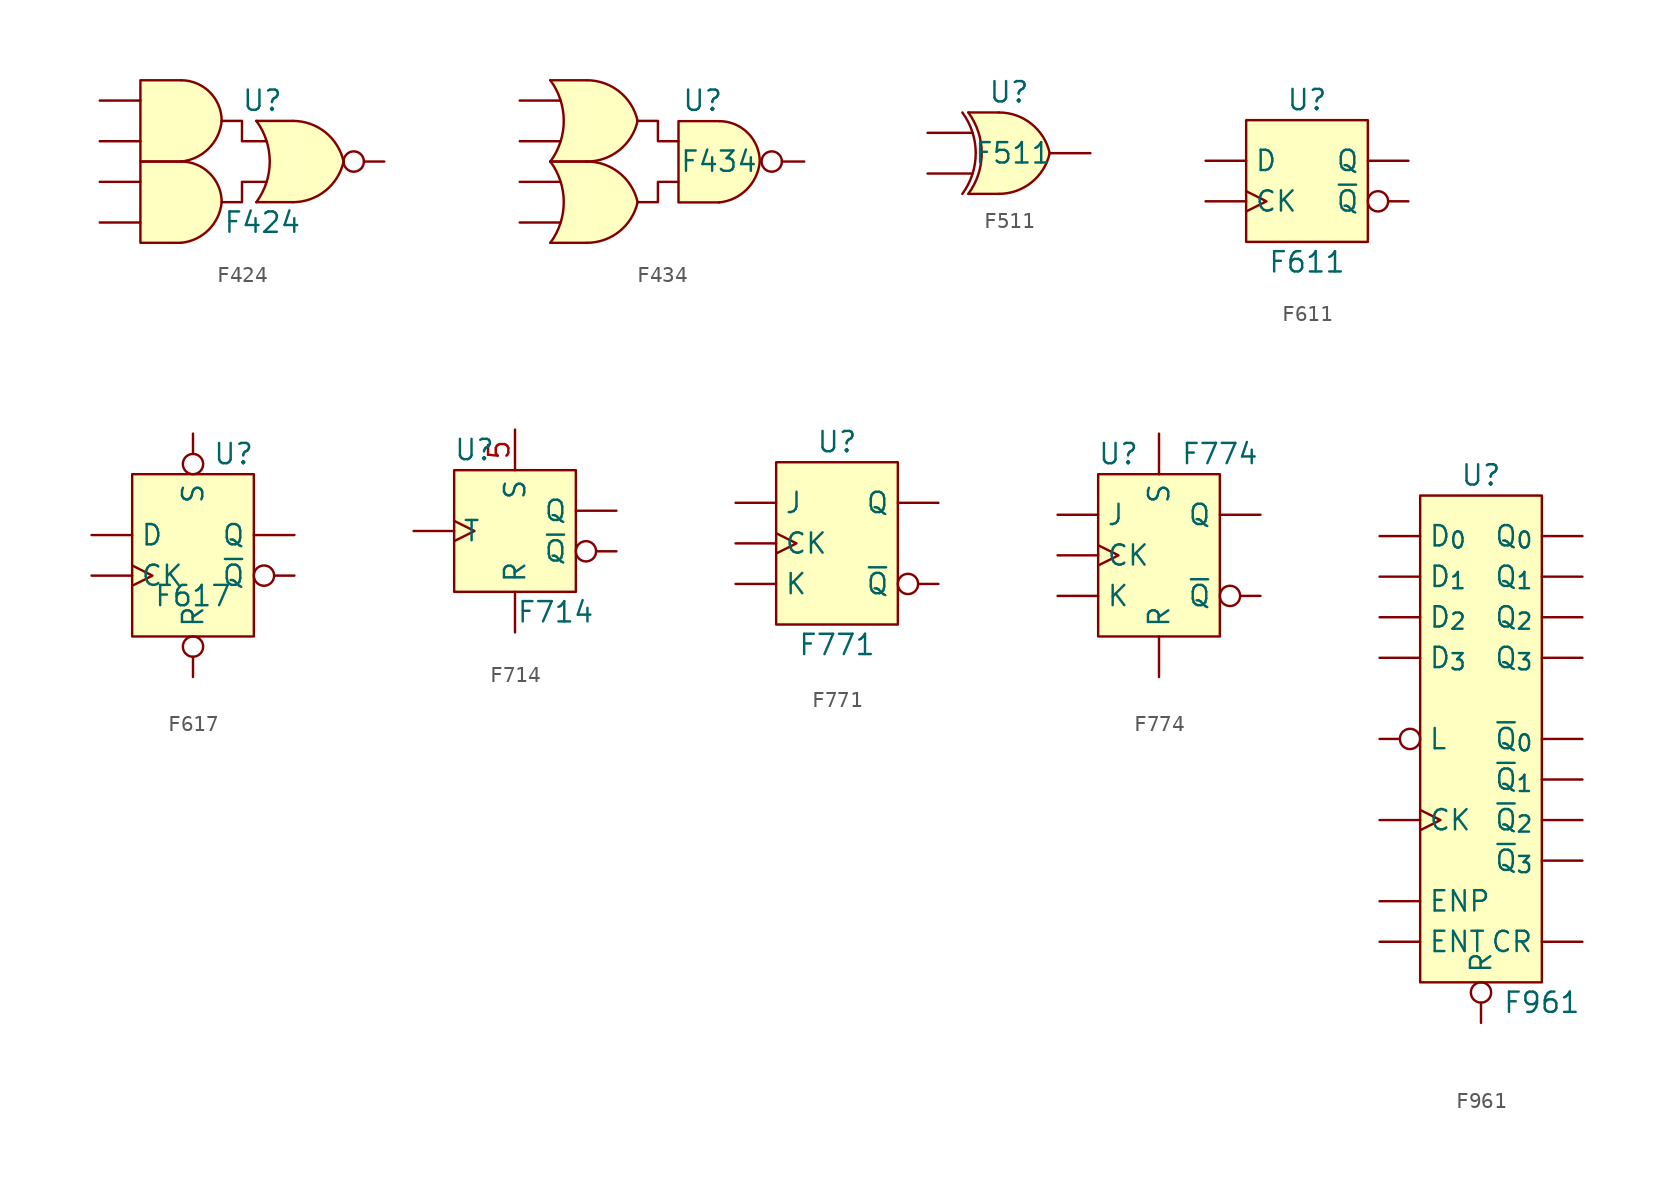
<source format=kicad_sym>
(kicad_symbol_lib
  (version 20231120)
  (generator "kicad_symbol_editor")
  (generator_version "8.0")
  (symbol "F424"
    (property "Reference" "U"
      (at 1.27 2.54 0)
      (effects (font (size 1.27 1.27))))
    (property "Value" "F424"
      (at 1.27 -5.08 0)
      (effects (font (size 1.27 1.27))))
    (symbol "F424_1_1"
      (arc (start -3.81 -6.35) (mid -2.0837 -5.5363) (end -1.27 -3.81) (stroke (width 0) (type default)) (fill (type background)))
      (arc (start -3.81 -1.27) (mid -2.0837 -0.4563) (end -1.27 1.27) (stroke (width 0) (type default)) (fill (type background)))
      (arc (start -1.27 -3.81) (mid -2.0139 -2.0139) (end -3.81 -1.27) (stroke (width 0) (type default)) (fill (type background)))
      (arc (start -1.27 1.27) (mid -2.0139 3.0661) (end -3.81 3.81) (stroke (width 0) (type default)) (fill (type background)))
      (polyline (pts (xy 3.175 -3.81) (xy 0.889 -3.81)) (stroke (width 0) (type default)) (fill (type outline)))
      (polyline (pts (xy 3.175 1.27) (xy 0.889 1.27)) (stroke (width 0) (type default)) (fill (type background)))
      (polyline (pts (xy -3.81 -1.27) (xy -6.35 -1.27) (xy -6.35 -6.35) (xy -3.81 -6.35)) (stroke (width 0) (type default)) (fill (type background)))
      (polyline (pts (xy -3.81 3.81) (xy -6.35 3.81) (xy -6.35 -1.27) (xy -3.81 -1.27)) (stroke (width 0) (type default)) (fill (type background)))
      (polyline (pts (xy -1.27 -3.81) (xy 0 -3.81) (xy 0 -2.54) (xy 1.524 -2.54)) (stroke (width 0) (type default)) (fill (type none)))
      (polyline (pts (xy -1.27 1.27) (xy 0 1.27) (xy 0 0) (xy 1.524 0)) (stroke (width 0) (type default)) (fill (type none)))
      (polyline (pts (xy 3.175 1.27) (xy 0.889 1.27) (xy 1.27 0.635) (xy 1.524 0) (xy 1.651 -0.508) (xy 1.702 -0.813) (xy 1.727 -1.092) (xy 1.727 -1.397) (xy 1.676 -1.93) (xy 1.6 -2.286) (xy 1.499 -2.642) (xy 1.372 -2.946) (xy 1.194 -3.327) (xy 1.016 -3.607) (xy 0.889 -3.81) (xy 3.175 -3.81)) (stroke (width -0.0001) (type default)) (fill (type background)))
      (arc (start 0.8973 -3.8098) (mid 1.7338 -1.2699) (end 0.8971 1.27) (stroke (width 0) (type default)) (fill (type none)))
      (arc (start 3.175 -3.81) (mid 5.2091 -3.0983) (end 6.35 -1.27) (stroke (width 0) (type default)) (fill (type background)))
      (arc (start 6.35 -1.27) (mid 5.2094 0.5586) (end 3.175 1.27) (stroke (width 0) (type default)) (fill (type background)))
      (pin input line (at -8.89 2.54 0) (length 2.54) (name "" (effects (font (size 1.27 1.27)))) (number "1" (effects (font (size 0 0)))))
      (pin input line (at -8.89 0 0) (length 2.54) (name "" (effects (font (size 1.27 1.27)))) (number "2" (effects (font (size 0 0)))))
      (pin input line (at -8.89 -2.54 0) (length 2.54) (name "" (effects (font (size 1.27 1.27)))) (number "3" (effects (font (size 0 0)))))
      (pin input line (at -8.89 -5.08 0) (length 2.54) (name "" (effects (font (size 1.27 1.27)))) (number "4" (effects (font (size 0 0)))))
      (pin output inverted (at 8.89 -1.27 180) (length 2.54) (name "" (effects (font (size 1.27 1.27)))) (number "5" (effects (font (size 0 0)))))))
  (symbol "F434"
    (property "Reference" "U"
      (at 2.54 3.81 0)
      (effects (font (size 1.27 1.27))))
    (property "Value" "F434"
      (at 3.556 0 0)
      (effects (font (size 1.27 1.27))))
    (symbol "F434_1_1"
      (arc (start -6.9767 -5.0798) (mid -6.1402 -2.5399) (end -6.9769 0) (stroke (width 0) (type default)) (fill (type none)))
      (arc (start -6.9767 0.0002) (mid -6.1402 2.5401) (end -6.9769 5.08) (stroke (width 0) (type default)) (fill (type none)))
      (arc (start -4.699 -5.08) (mid -2.6649 -4.3682) (end -1.524 -2.54) (stroke (width 0) (type default)) (fill (type background)))
      (arc (start -4.699 0) (mid -2.6649 0.7118) (end -1.524 2.54) (stroke (width 0) (type default)) (fill (type background)))
      (arc (start -1.524 -2.54) (mid -2.6646 -0.7114) (end -4.699 0) (stroke (width 0) (type default)) (fill (type background)))
      (arc (start -1.524 2.54) (mid -2.6646 4.3686) (end -4.699 5.08) (stroke (width 0) (type default)) (fill (type background)))
      (polyline (pts (xy -4.699 -5.08) (xy -6.985 -5.08)) (stroke (width 0) (type default)) (fill (type outline)))
      (polyline (pts (xy -4.699 0) (xy -6.985 0)) (stroke (width 0) (type default)) (fill (type outline)))
      (polyline (pts (xy -4.699 0) (xy -6.985 0)) (stroke (width 0) (type default)) (fill (type background)))
      (polyline (pts (xy -4.699 5.08) (xy -6.985 5.08)) (stroke (width 0) (type default)) (fill (type background)))
      (polyline (pts (xy -1.524 -2.54) (xy -0.254 -2.54) (xy -0.254 -1.27) (xy 1.016 -1.27)) (stroke (width 0) (type default)) (fill (type none)))
      (polyline (pts (xy -1.524 2.54) (xy -0.254 2.54) (xy -0.254 1.27) (xy 1.016 1.27)) (stroke (width 0) (type default)) (fill (type none)))
      (polyline (pts (xy 3.571 2.525) (xy 1.031 2.525) (xy 1.031 -2.555) (xy 3.571 -2.555)) (stroke (width 0) (type default)) (fill (type background)))
      (polyline (pts (xy -4.699 0) (xy -6.985 0) (xy -6.604 -0.635) (xy -6.35 -1.27) (xy -6.223 -1.778) (xy -6.172 -2.083) (xy -6.147 -2.362) (xy -6.147 -2.667) (xy -6.198 -3.2) (xy -6.274 -3.556) (xy -6.375 -3.912) (xy -6.502 -4.216) (xy -6.68 -4.597) (xy -6.858 -4.877) (xy -6.985 -5.08) (xy -4.699 -5.08)) (stroke (width -0.0001) (type default)) (fill (type background)))
      (polyline (pts (xy -4.699 5.08) (xy -6.985 5.08) (xy -6.604 4.445) (xy -6.35 3.81) (xy -6.223 3.302) (xy -6.172 2.997) (xy -6.147 2.718) (xy -6.147 2.413) (xy -6.198 1.88) (xy -6.274 1.524) (xy -6.375 1.168) (xy -6.502 0.864) (xy -6.68 0.483) (xy -6.858 0.203) (xy -6.985 0) (xy -4.699 0)) (stroke (width -0.0001) (type default)) (fill (type background)))
      (arc (start 3.5712 -2.5552) (mid 5.2975 -1.7415) (end 6.1112 -0.0152) (stroke (width 0) (type default)) (fill (type background)))
      (arc (start 6.1112 -0.0152) (mid 5.3673 1.7809) (end 3.5712 2.5248) (stroke (width 0) (type default)) (fill (type background)))
      (pin input line (at -8.89 3.81 0) (length 2.54) (name "" (effects (font (size 1.27 1.27)))) (number "1" (effects (font (size 0 0)))))
      (pin input line (at -8.89 1.27 0) (length 2.54) (name "" (effects (font (size 1.27 1.27)))) (number "2" (effects (font (size 0 0)))))
      (pin input line (at -8.89 -1.27 0) (length 2.54) (name "" (effects (font (size 1.27 1.27)))) (number "3" (effects (font (size 0 0)))))
      (pin input line (at -8.89 -3.81 0) (length 2.54) (name "" (effects (font (size 1.27 1.27)))) (number "4" (effects (font (size 0 0)))))
      (pin output inverted (at 8.89 0 180) (length 2.667) (name "" (effects (font (size 1.27 1.27)))) (number "5" (effects (font (size 0 0)))))))
  (symbol "F511"
    (property "Reference" "U"
      (at 0 3.81 0)
      (effects (font (size 1.27 1.27))))
    (property "Value" "F511"
      (at 0.254 0 0)
      (effects (font (size 1.27 1.27))))
    (symbol "F511_1_1"
      (arc (start -2.9127 -2.5398) (mid -2.0762 0.0001) (end -2.9129 2.54) (stroke (width 0) (type default)) (fill (type none)))
      (arc (start -2.54 -2.54) (mid -1.7035 -0.0001) (end -2.5402 2.5398) (stroke (width 0) (type default)) (fill (type none)))
      (arc (start -0.635 -2.54) (mid 1.3992 -1.8283) (end 2.54 0) (stroke (width 0) (type default)) (fill (type background)))
      (polyline (pts (xy -0.635 -2.54) (xy -2.54 -2.54)) (stroke (width 0) (type default)) (fill (type outline)))
      (polyline (pts (xy -0.635 2.54) (xy -2.54 2.54)) (stroke (width 0) (type default)) (fill (type background)))
      (polyline (pts (xy -0.635 2.54) (xy -2.54 2.54) (xy -2.159 1.905) (xy -1.905 1.27) (xy -1.778 0.762) (xy -1.727 0.457) (xy -1.702 0.178) (xy -1.702 -0.127) (xy -1.753 -0.66) (xy -1.829 -1.016) (xy -1.93 -1.372) (xy -2.057 -1.676) (xy -2.235 -2.057) (xy -2.413 -2.337) (xy -2.54 -2.54) (xy -0.635 -2.54)) (stroke (width -0.0001) (type default)) (fill (type background)))
      (arc (start 2.54 0) (mid 1.3994 1.8287) (end -0.635 2.54) (stroke (width 0) (type default)) (fill (type background)))
      (pin input line (at -5.08 1.27 0) (length 2.794) (name "" (effects (font (size 1.27 1.27)))) (number "1" (effects (font (size 0 0)))))
      (pin input line (at -5.08 -1.27 0) (length 2.794) (name "" (effects (font (size 1.27 1.27)))) (number "2" (effects (font (size 0 0)))))
      (pin output line (at 5.08 0 180) (length 2.54) (name "" (effects (font (size 1.27 1.27)))) (number "3" (effects (font (size 0 0)))))))
  (symbol "F611"
    (property "Reference" "U"
      (at 0 5.08 0)
      (effects (font (size 1.27 1.27))))
    (property "Value" "F611"
      (at 0 -5.08 0)
      (effects (font (size 1.27 1.27))))
    (symbol "F611_1_1"
      (rectangle (start -3.81 3.81) (end 3.81 -3.81) (stroke (width 0) (type default)) (fill (type background)))
      (pin input line (at -6.35 1.27 0) (length 2.54) (name "D" (effects (font (size 1.27 1.27)))) (number "1" (effects (font (size 0 0)))))
      (pin input clock (at -6.35 -1.27 0) (length 2.54) (name "CK" (effects (font (size 1.27 1.27)))) (number "2" (effects (font (size 0 0)))))
      (pin output line (at 6.35 1.27 180) (length 2.54) (name "Q" (effects (font (size 1.27 1.27)))) (number "3" (effects (font (size 0 0)))))
      (pin output inverted (at 6.35 -1.27 180) (length 2.54) (name "~{Q}" (effects (font (size 1.27 1.27)))) (number "4" (effects (font (size 0 0)))))))
  (symbol "F617"
    (property "Reference" "U"
      (at 2.54 6.35 0)
      (effects (font (size 1.27 1.27))))
    (property "Value" "F617"
      (at 0 -2.54 0)
      (effects (font (size 1.27 1.27))))
    (symbol "F617_1_1"
      (rectangle (start -3.81 5.08) (end 3.81 -5.08) (stroke (width 0) (type default)) (fill (type background)))
      (pin input line (at -6.35 1.27 0) (length 2.54) (name "D" (effects (font (size 1.27 1.27)))) (number "1" (effects (font (size 0 0)))))
      (pin input clock (at -6.35 -1.27 0) (length 2.54) (name "CK" (effects (font (size 1.27 1.27)))) (number "2" (effects (font (size 0 0)))))
      (pin input inverted (at 0 -7.62 90) (length 2.54) (name "R" (effects (font (size 1.27 1.27)))) (number "3" (effects (font (size 0 0)))))
      (pin output inverted (at 6.35 -1.27 180) (length 2.54) (name "~{Q}" (effects (font (size 1.27 1.27)))) (number "4" (effects (font (size 0 0)))))
      (pin output line (at 6.35 1.27 180) (length 2.54) (name "Q" (effects (font (size 1.27 1.27)))) (number "5" (effects (font (size 0 0)))))
      (pin input inverted (at 0 7.62 270) (length 2.54) (name "S" (effects (font (size 1.27 1.27)))) (number "6" (effects (font (size 0 0)))))))
  (symbol "F714"
    (property "Reference" "U"
      (at -2.54 5.08 0)
      (effects (font (size 1.27 1.27))))
    (property "Value" "F714"
      (at 2.54 -5.08 0)
      (effects (font (size 1.27 1.27))))
    (symbol "F714_1_1"
      (rectangle (start -3.81 3.81) (end 3.81 -3.81) (stroke (width 0) (type default)) (fill (type background)))
      (pin input clock (at -6.35 0 0) (length 2.54) (name "T" (effects (font (size 1.27 1.27)))) (number "1" (effects (font (size 0 0)))))
      (pin input line (at 0 -6.35 90) (length 2.54) (name "R" (effects (font (size 1.27 1.27)))) (number "2" (effects (font (size 0 0)))))
      (pin output inverted (at 6.35 -1.27 180) (length 2.54) (name "~{Q}" (effects (font (size 1.27 1.27)))) (number "3" (effects (font (size 0 0)))))
      (pin output line (at 6.35 1.27 180) (length 2.54) (name "Q" (effects (font (size 1.27 1.27)))) (number "4" (effects (font (size 0 0)))))
      (pin input line (at 0 6.35 270) (length 2.54) (name "S" (effects (font (size 1.27 1.27)))) (number "5" (effects (font (size 1.27 1.27)))))))
  (symbol "F771"
    (property "Reference" "U"
      (at 0 6.35 0)
      (effects (font (size 1.27 1.27))))
    (property "Value" "F771"
      (at 0 -6.35 0)
      (effects (font (size 1.27 1.27))))
    (symbol "F771_1_1"
      (rectangle (start -3.81 5.08) (end 3.81 -5.08) (stroke (width 0) (type default)) (fill (type background)))
      (pin input line (at -6.35 2.54 0) (length 2.54) (name "J" (effects (font (size 1.27 1.27)))) (number "1" (effects (font (size 0 0)))))
      (pin input clock (at -6.35 0 0) (length 2.54) (name "CK" (effects (font (size 1.27 1.27)))) (number "2" (effects (font (size 0 0)))))
      (pin input line (at -6.35 -2.54 0) (length 2.54) (name "K" (effects (font (size 1.27 1.27)))) (number "3" (effects (font (size 0 0)))))
      (pin output inverted (at 6.35 -2.54 180) (length 2.54) (name "~{Q}" (effects (font (size 1.27 1.27)))) (number "5" (effects (font (size 0 0)))))
      (pin output line (at 6.35 2.54 180) (length 2.54) (name "Q" (effects (font (size 1.27 1.27)))) (number "6" (effects (font (size 0 0)))))))
  (symbol "F774"
    (property "Reference" "U"
      (at -2.54 6.35 0)
      (effects (font (size 1.27 1.27))))
    (property "Value" "F774"
      (at 3.81 6.35 0)
      (effects (font (size 1.27 1.27))))
    (symbol "F774_1_1"
      (rectangle (start -3.81 5.08) (end 3.81 -5.08) (stroke (width 0) (type default)) (fill (type background)))
      (pin input line (at 0 7.62 270) (length 2.54) (name "S" (effects (font (size 1.27 1.27)))) (number "" (effects (font (size 1.27 1.27)))))
      (pin input line (at -6.35 2.54 0) (length 2.54) (name "J" (effects (font (size 1.27 1.27)))) (number "1" (effects (font (size 0 0)))))
      (pin input clock (at -6.35 0 0) (length 2.54) (name "CK" (effects (font (size 1.27 1.27)))) (number "2" (effects (font (size 0 0)))))
      (pin input line (at -6.35 -2.54 0) (length 2.54) (name "K" (effects (font (size 1.27 1.27)))) (number "3" (effects (font (size 0 0)))))
      (pin input line (at 0 -7.62 90) (length 2.54) (name "R" (effects (font (size 1.27 1.27)))) (number "4" (effects (font (size 0 0)))))
      (pin output inverted (at 6.35 -2.54 180) (length 2.54) (name "~{Q}" (effects (font (size 1.27 1.27)))) (number "5" (effects (font (size 0 0)))))
      (pin output line (at 6.35 2.54 180) (length 2.54) (name "Q" (effects (font (size 1.27 1.27)))) (number "6" (effects (font (size 0 0)))))))
  (symbol "F961"
    (property "Reference" "U"
      (at 0 16.51 0)
      (effects (font (size 1.27 1.27))))
    (property "Value" "F961"
      (at 3.81 -16.51 0)
      (effects (font (size 1.27 1.27))))
    (symbol "F961_1_1"
      (rectangle (start -3.81 15.24) (end 3.81 -15.24) (stroke (width 0) (type default)) (fill (type background)))
      (pin input line (at -6.35 12.7 0) (length 2.54) (name "D_{0}" (effects (font (size 1.27 1.27)))) (number "1" (effects (font (size 0 0)))))
      (pin output line (at 6.35 12.7 180) (length 2.54) (name "Q_{0}" (effects (font (size 1.27 1.27)))) (number "10" (effects (font (size 0 0)))))
      (pin output line (at 6.35 10.16 180) (length 2.54) (name "Q_{1}" (effects (font (size 1.27 1.27)))) (number "11" (effects (font (size 0 0)))))
      (pin output line (at 6.35 7.62 180) (length 2.54) (name "Q_{2}" (effects (font (size 1.27 1.27)))) (number "12" (effects (font (size 0 0)))))
      (pin output line (at 6.35 5.08 180) (length 2.54) (name "Q_{3}" (effects (font (size 1.27 1.27)))) (number "13" (effects (font (size 0 0)))))
      (pin output line (at 6.35 0 180) (length 2.54) (name "~{Q}_{0}" (effects (font (size 1.27 1.27)))) (number "14" (effects (font (size 0 0)))))
      (pin output line (at 6.35 -2.54 180) (length 2.54) (name "~{Q}_{1}" (effects (font (size 1.27 1.27)))) (number "15" (effects (font (size 0 0)))))
      (pin output line (at 6.35 -5.08 180) (length 2.54) (name "~{Q}_{2}" (effects (font (size 1.27 1.27)))) (number "16" (effects (font (size 0 0)))))
      (pin output line (at 6.35 -7.62 180) (length 2.54) (name "~{Q}_{3}" (effects (font (size 1.27 1.27)))) (number "17" (effects (font (size 0 0)))))
      (pin output line (at 6.35 -12.7 180) (length 2.54) (name "CR" (effects (font (size 1.27 1.27)))) (number "18" (effects (font (size 0 0)))))
      (pin input line (at -6.35 10.16 0) (length 2.54) (name "D_{1}" (effects (font (size 1.27 1.27)))) (number "2" (effects (font (size 0 0)))))
      (pin input line (at -6.35 7.62 0) (length 2.54) (name "D_{2}" (effects (font (size 1.27 1.27)))) (number "3" (effects (font (size 0 0)))))
      (pin input line (at -6.35 5.08 0) (length 2.54) (name "D_{3}" (effects (font (size 1.27 1.27)))) (number "4" (effects (font (size 0 0)))))
      (pin input inverted (at -6.35 0 0) (length 2.54) (name "L" (effects (font (size 1.27 1.27)))) (number "5" (effects (font (size 0 0)))))
      (pin input clock (at -6.35 -5.08 0) (length 2.54) (name "CK" (effects (font (size 1.27 1.27)))) (number "6" (effects (font (size 0 0)))))
      (pin input line (at -6.35 -10.16 0) (length 2.54) (name "ENP" (effects (font (size 1.27 1.27)))) (number "7" (effects (font (size 0 0)))))
      (pin input line (at -6.35 -12.7 0) (length 2.54) (name "ENT" (effects (font (size 1.27 1.27)))) (number "8" (effects (font (size 0 0)))))
      (pin input inverted (at 0 -17.78 90) (length 2.54) (name "R" (effects (font (size 1.27 1.27)))) (number "9" (effects (font (size 0 0))))))))
</source>
